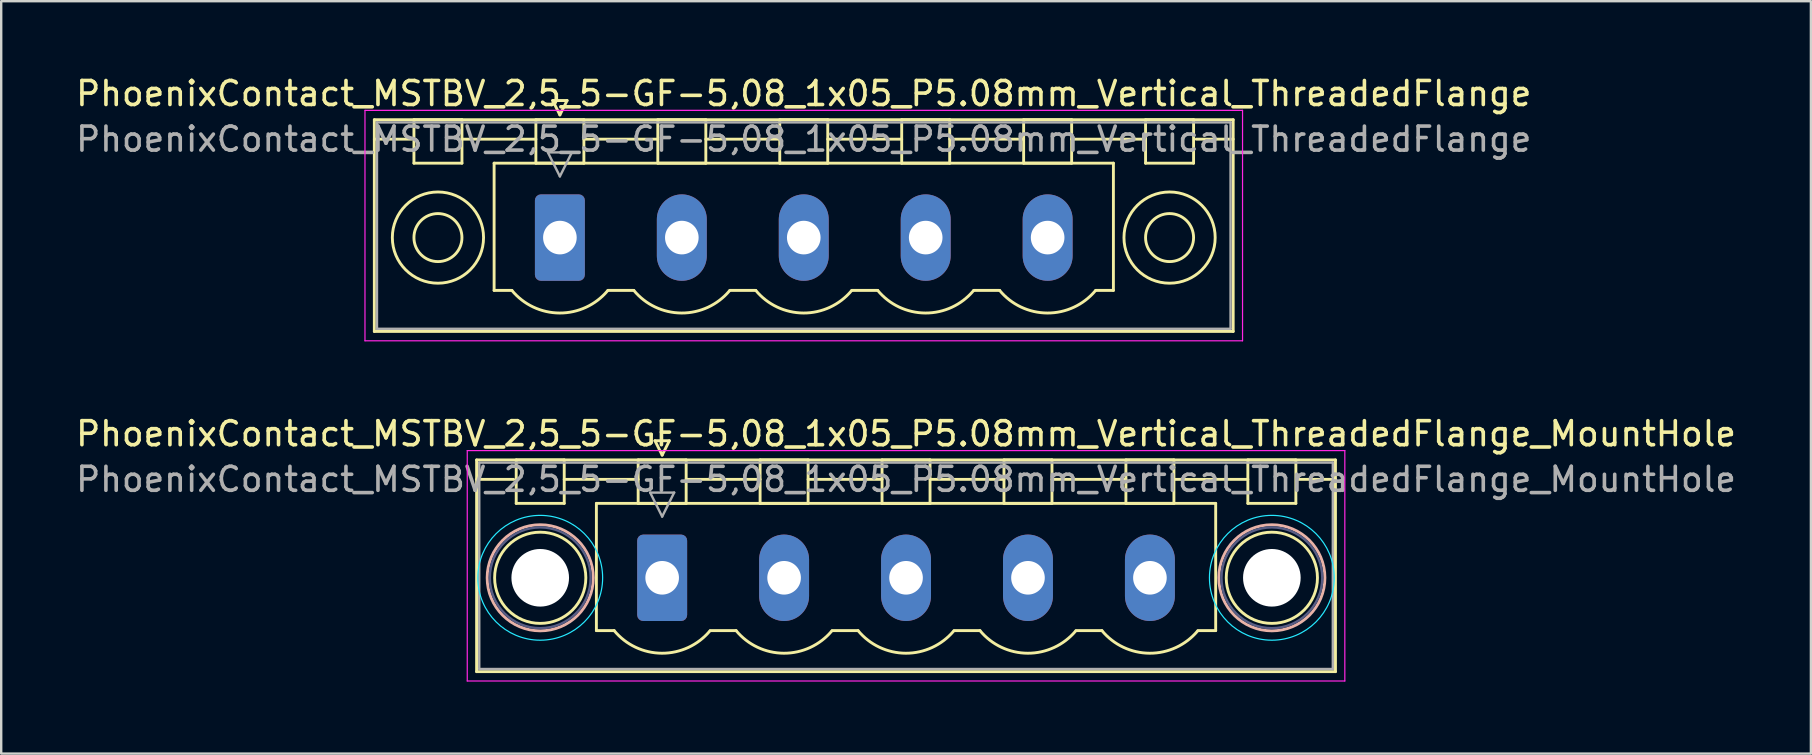
<source format=kicad_pcb>
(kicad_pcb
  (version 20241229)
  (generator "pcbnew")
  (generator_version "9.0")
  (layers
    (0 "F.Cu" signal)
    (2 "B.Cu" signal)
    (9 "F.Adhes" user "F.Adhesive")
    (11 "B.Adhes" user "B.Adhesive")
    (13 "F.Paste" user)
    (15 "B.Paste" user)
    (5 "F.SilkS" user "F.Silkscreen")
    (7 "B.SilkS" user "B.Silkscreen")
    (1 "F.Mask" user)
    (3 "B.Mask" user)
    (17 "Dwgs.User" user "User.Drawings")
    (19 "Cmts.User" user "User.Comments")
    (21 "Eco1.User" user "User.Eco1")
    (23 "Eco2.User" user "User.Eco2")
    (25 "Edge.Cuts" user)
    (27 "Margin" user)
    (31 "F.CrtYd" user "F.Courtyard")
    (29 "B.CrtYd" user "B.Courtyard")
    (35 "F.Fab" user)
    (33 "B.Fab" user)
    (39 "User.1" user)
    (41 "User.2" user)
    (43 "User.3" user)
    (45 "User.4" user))
  (footprint "PhoenixContact_MSTBV_2,5_5-GF-5,08_1x05_P5.08mm_Vertical_ThreadedFlange_MountHole"
    (layer "F.Cu")
    (at 24.536 21.021)
    (property "Reference" "PhoenixContact_MSTBV_2,5_5-GF-5,08_1x05_P5.08mm_Vertical_ThreadedFlange_MountHole" (at 10.16 -6 0) (layer "F.SilkS") (effects (font (size 1 1) (thickness 0.15))))
    (attr through_hole)
    (fp_line (start -7.73 -4.91) (end -7.73 3.91) (stroke (width 0.12) (type solid)) (layer "F.SilkS"))
    (fp_line (start -7.73 -4.1) (end -6.19 -4.1) (stroke (width 0.12) (type solid)) (layer "F.SilkS"))
    (fp_line (start -7.73 3.91) (end 28.05 3.91) (stroke (width 0.12) (type solid)) (layer "F.SilkS"))
    (fp_line (start -6.08 -4.91) (end -4.08 -4.91) (stroke (width 0.12) (type solid)) (layer "F.SilkS"))
    (fp_line (start -6.08 -3.1) (end -6.08 -4.91) (stroke (width 0.12) (type solid)) (layer "F.SilkS"))
    (fp_line (start -4.08 -4.91) (end -4.08 -3.1) (stroke (width 0.12) (type solid)) (layer "F.SilkS"))
    (fp_line (start -4.08 -4.1) (end -1 -4.1) (stroke (width 0.12) (type solid)) (layer "F.SilkS"))
    (fp_line (start -4.08 -3.1) (end -6.08 -3.1) (stroke (width 0.12) (type solid)) (layer "F.SilkS"))
    (fp_line (start -2.74 -3.1) (end 23.06 -3.1) (stroke (width 0.12) (type solid)) (layer "F.SilkS"))
    (fp_line (start -2.74 2.2) (end -2.74 -3.1) (stroke (width 0.12) (type solid)) (layer "F.SilkS"))
    (fp_line (start -2 2.2) (end -2.74 2.2) (stroke (width 0.12) (type solid)) (layer "F.SilkS"))
    (fp_line (start -1 -4.91) (end 1 -4.91) (stroke (width 0.12) (type solid)) (layer "F.SilkS"))
    (fp_line (start -1 -3.1) (end -1 -4.91) (stroke (width 0.12) (type solid)) (layer "F.SilkS"))
    (fp_line (start -0.3 -5.71) (end 0.3 -5.71) (stroke (width 0.12) (type solid)) (layer "F.SilkS"))
    (fp_line (start 0 -5.11) (end -0.3 -5.71) (stroke (width 0.12) (type solid)) (layer "F.SilkS"))
    (fp_line (start 0.3 -5.71) (end 0 -5.11) (stroke (width 0.12) (type solid)) (layer "F.SilkS"))
    (fp_line (start 1 -4.91) (end 1 -3.1) (stroke (width 0.12) (type solid)) (layer "F.SilkS"))
    (fp_line (start 1 -4.1) (end 4.08 -4.1) (stroke (width 0.12) (type solid)) (layer "F.SilkS"))
    (fp_line (start 1 -3.1) (end -1 -3.1) (stroke (width 0.12) (type solid)) (layer "F.SilkS"))
    (fp_line (start 2 2.2) (end 3.08 2.2) (stroke (width 0.12) (type solid)) (layer "F.SilkS"))
    (fp_line (start 4.08 -4.91) (end 6.08 -4.91) (stroke (width 0.12) (type solid)) (layer "F.SilkS"))
    (fp_line (start 4.08 -3.1) (end 4.08 -4.91) (stroke (width 0.12) (type solid)) (layer "F.SilkS"))
    (fp_line (start 6.08 -4.91) (end 6.08 -3.1) (stroke (width 0.12) (type solid)) (layer "F.SilkS"))
    (fp_line (start 6.08 -4.1) (end 9.16 -4.1) (stroke (width 0.12) (type solid)) (layer "F.SilkS"))
    (fp_line (start 6.08 -3.1) (end 4.08 -3.1) (stroke (width 0.12) (type solid)) (layer "F.SilkS"))
    (fp_line (start 7.08 2.2) (end 8.16 2.2) (stroke (width 0.12) (type solid)) (layer "F.SilkS"))
    (fp_line (start 9.16 -4.91) (end 11.16 -4.91) (stroke (width 0.12) (type solid)) (layer "F.SilkS"))
    (fp_line (start 9.16 -3.1) (end 9.16 -4.91) (stroke (width 0.12) (type solid)) (layer "F.SilkS"))
    (fp_line (start 11.16 -4.91) (end 11.16 -3.1) (stroke (width 0.12) (type solid)) (layer "F.SilkS"))
    (fp_line (start 11.16 -4.1) (end 14.24 -4.1) (stroke (width 0.12) (type solid)) (layer "F.SilkS"))
    (fp_line (start 11.16 -3.1) (end 9.16 -3.1) (stroke (width 0.12) (type solid)) (layer "F.SilkS"))
    (fp_line (start 12.16 2.2) (end 13.24 2.2) (stroke (width 0.12) (type solid)) (layer "F.SilkS"))
    (fp_line (start 14.24 -4.91) (end 16.24 -4.91) (stroke (width 0.12) (type solid)) (layer "F.SilkS"))
    (fp_line (start 14.24 -3.1) (end 14.24 -4.91) (stroke (width 0.12) (type solid)) (layer "F.SilkS"))
    (fp_line (start 16.24 -4.91) (end 16.24 -3.1) (stroke (width 0.12) (type solid)) (layer "F.SilkS"))
    (fp_line (start 16.24 -4.1) (end 19.32 -4.1) (stroke (width 0.12) (type solid)) (layer "F.SilkS"))
    (fp_line (start 16.24 -3.1) (end 14.24 -3.1) (stroke (width 0.12) (type solid)) (layer "F.SilkS"))
    (fp_line (start 17.24 2.2) (end 18.32 2.2) (stroke (width 0.12) (type solid)) (layer "F.SilkS"))
    (fp_line (start 19.32 -4.91) (end 21.32 -4.91) (stroke (width 0.12) (type solid)) (layer "F.SilkS"))
    (fp_line (start 19.32 -3.1) (end 19.32 -4.91) (stroke (width 0.12) (type solid)) (layer "F.SilkS"))
    (fp_line (start 21.32 -4.91) (end 21.32 -3.1) (stroke (width 0.12) (type solid)) (layer "F.SilkS"))
    (fp_line (start 21.32 -4.1) (end 24.4 -4.1) (stroke (width 0.12) (type solid)) (layer "F.SilkS"))
    (fp_line (start 21.32 -3.1) (end 19.32 -3.1) (stroke (width 0.12) (type solid)) (layer "F.SilkS"))
    (fp_line (start 23.06 -3.1) (end 23.06 2.2) (stroke (width 0.12) (type solid)) (layer "F.SilkS"))
    (fp_line (start 23.06 2.2) (end 22.32 2.2) (stroke (width 0.12) (type solid)) (layer "F.SilkS"))
    (fp_line (start 24.4 -4.91) (end 26.4 -4.91) (stroke (width 0.12) (type solid)) (layer "F.SilkS"))
    (fp_line (start 24.4 -3.1) (end 24.4 -4.91) (stroke (width 0.12) (type solid)) (layer "F.SilkS"))
    (fp_line (start 26.4 -4.91) (end 26.4 -3.1) (stroke (width 0.12) (type solid)) (layer "F.SilkS"))
    (fp_line (start 26.4 -3.1) (end 24.4 -3.1) (stroke (width 0.12) (type solid)) (layer "F.SilkS"))
    (fp_line (start 28.05 -4.91) (end -7.73 -4.91) (stroke (width 0.12) (type solid)) (layer "F.SilkS"))
    (fp_line (start 28.05 -4.1) (end 26.51 -4.1) (stroke (width 0.12) (type solid)) (layer "F.SilkS"))
    (fp_line (start 28.05 3.91) (end 28.05 -4.91) (stroke (width 0.12) (type solid)) (layer "F.SilkS"))
    (fp_arc (start 1.986842 2.215821) (mid -0.010289 3.142758) (end -2 2.2) (stroke (width 0.12) (type solid)) (layer "F.SilkS"))
    (fp_arc (start 7.066842 2.215821) (mid 5.069711 3.142758) (end 3.08 2.2) (stroke (width 0.12) (type solid)) (layer "F.SilkS"))
    (fp_arc (start 12.146842 2.215821) (mid 10.149711 3.142758) (end 8.16 2.2) (stroke (width 0.12) (type solid)) (layer "F.SilkS"))
    (fp_arc (start 17.226842 2.215821) (mid 15.229711 3.142758) (end 13.24 2.2) (stroke (width 0.12) (type solid)) (layer "F.SilkS"))
    (fp_arc (start 22.306842 2.215821) (mid 20.309711 3.142758) (end 18.32 2.2) (stroke (width 0.12) (type solid)) (layer "F.SilkS"))
    (fp_circle (center -5.08 0) (end -3.18 0) (stroke (width 0.12) (type solid)) (fill no) (layer "F.SilkS"))
    (fp_circle (center 25.4 0) (end 27.3 0) (stroke (width 0.12) (type solid)) (fill no) (layer "F.SilkS"))
    (fp_circle (center -5.08 0) (end -2.87 0) (stroke (width 0.12) (type solid)) (fill no) (layer "B.SilkS"))
    (fp_circle (center 25.4 0) (end 27.61 0) (stroke (width 0.12) (type solid)) (fill no) (layer "B.SilkS"))
    (fp_circle (center -5.08 0) (end -2.48 0) (stroke (width 0.05) (type solid)) (fill no) (layer "B.CrtYd"))
    (fp_circle (center 25.4 0) (end 28 0) (stroke (width 0.05) (type solid)) (fill no) (layer "B.CrtYd"))
    (fp_line (start -8.12 -5.3) (end -8.12 4.3) (stroke (width 0.05) (type solid)) (layer "F.CrtYd"))
    (fp_line (start -8.12 4.3) (end 28.44 4.3) (stroke (width 0.05) (type solid)) (layer "F.CrtYd"))
    (fp_line (start 28.44 -5.3) (end -8.12 -5.3) (stroke (width 0.05) (type solid)) (layer "F.CrtYd"))
    (fp_line (start 28.44 4.3) (end 28.44 -5.3) (stroke (width 0.05) (type solid)) (layer "F.CrtYd"))
    (fp_circle (center -5.08 0) (end -2.98 0) (stroke (width 0.1) (type solid)) (fill no) (layer "B.Fab"))
    (fp_circle (center 25.4 0) (end 27.5 0) (stroke (width 0.1) (type solid)) (fill no) (layer "B.Fab"))
    (fp_line (start -7.62 -4.8) (end -7.62 3.8) (stroke (width 0.1) (type solid)) (layer "F.Fab"))
    (fp_line (start -7.62 3.8) (end 27.94 3.8) (stroke (width 0.1) (type solid)) (layer "F.Fab"))
    (fp_line (start -0.5 -3.55) (end 0.5 -3.55) (stroke (width 0.1) (type solid)) (layer "F.Fab"))
    (fp_line (start 0 -2.55) (end -0.5 -3.55) (stroke (width 0.1) (type solid)) (layer "F.Fab"))
    (fp_line (start 0.5 -3.55) (end 0 -2.55) (stroke (width 0.1) (type solid)) (layer "F.Fab"))
    (fp_line (start 27.94 -4.8) (end -7.62 -4.8) (stroke (width 0.1) (type solid)) (layer "F.Fab"))
    (fp_line (start 27.94 3.8) (end 27.94 -4.8) (stroke (width 0.1) (type solid)) (layer "F.Fab"))
    (fp_text user "${REFERENCE}" (at 10.16 -4.1 0) (layer "F.Fab") (effects (font (size 1 1) (thickness 0.15))))
    (pad "" np_thru_hole circle (at -5.08 0) (size 2.4 2.4) (drill 2.4) (layers "*.Cu" "*.Mask"))
    (pad "" np_thru_hole circle (at 25.4 0) (size 2.4 2.4) (drill 2.4) (layers "*.Cu" "*.Mask"))
    (pad "1" thru_hole roundrect (at 0 0) (size 2.08 3.6) (drill 1.4) (layers "*.Cu" "*.Mask") (roundrect_rratio 0.12))
    (pad "2" thru_hole oval (at 5.08 0) (size 2.08 3.6) (drill 1.4) (layers "*.Cu" "*.Mask"))
    (pad "3" thru_hole oval (at 10.16 0) (size 2.08 3.6) (drill 1.4) (layers "*.Cu" "*.Mask"))
    (pad "4" thru_hole oval (at 15.24 0) (size 2.08 3.6) (drill 1.4) (layers "*.Cu" "*.Mask"))
    (pad "5" thru_hole oval (at 20.32 0) (size 2.08 3.6) (drill 1.4) (layers "*.Cu" "*.Mask")))
  (footprint "PhoenixContact_MSTBV_2,5_5-GF-5,08_1x05_P5.08mm_Vertical_ThreadedFlange"
    (layer "F.Cu")
    (at 20.275 6.848)
    (property "Reference" "PhoenixContact_MSTBV_2,5_5-GF-5,08_1x05_P5.08mm_Vertical_ThreadedFlange" (at 10.16 -6 0) (layer "F.SilkS") (effects (font (size 1 1) (thickness 0.15))))
    (attr through_hole)
    (fp_line (start -7.73 -4.91) (end -7.73 3.91) (stroke (width 0.12) (type solid)) (layer "F.SilkS"))
    (fp_line (start -7.73 -4.1) (end -6.19 -4.1) (stroke (width 0.12) (type solid)) (layer "F.SilkS"))
    (fp_line (start -7.73 3.91) (end 28.05 3.91) (stroke (width 0.12) (type solid)) (layer "F.SilkS"))
    (fp_line (start -6.08 -4.91) (end -4.08 -4.91) (stroke (width 0.12) (type solid)) (layer "F.SilkS"))
    (fp_line (start -6.08 -3.1) (end -6.08 -4.91) (stroke (width 0.12) (type solid)) (layer "F.SilkS"))
    (fp_line (start -4.08 -4.91) (end -4.08 -3.1) (stroke (width 0.12) (type solid)) (layer "F.SilkS"))
    (fp_line (start -4.08 -4.1) (end -1 -4.1) (stroke (width 0.12) (type solid)) (layer "F.SilkS"))
    (fp_line (start -4.08 -3.1) (end -6.08 -3.1) (stroke (width 0.12) (type solid)) (layer "F.SilkS"))
    (fp_line (start -2.74 -3.1) (end 23.06 -3.1) (stroke (width 0.12) (type solid)) (layer "F.SilkS"))
    (fp_line (start -2.74 2.2) (end -2.74 -3.1) (stroke (width 0.12) (type solid)) (layer "F.SilkS"))
    (fp_line (start -2 2.2) (end -2.74 2.2) (stroke (width 0.12) (type solid)) (layer "F.SilkS"))
    (fp_line (start -1 -4.91) (end 1 -4.91) (stroke (width 0.12) (type solid)) (layer "F.SilkS"))
    (fp_line (start -1 -3.1) (end -1 -4.91) (stroke (width 0.12) (type solid)) (layer "F.SilkS"))
    (fp_line (start -0.3 -5.71) (end 0.3 -5.71) (stroke (width 0.12) (type solid)) (layer "F.SilkS"))
    (fp_line (start 0 -5.11) (end -0.3 -5.71) (stroke (width 0.12) (type solid)) (layer "F.SilkS"))
    (fp_line (start 0.3 -5.71) (end 0 -5.11) (stroke (width 0.12) (type solid)) (layer "F.SilkS"))
    (fp_line (start 1 -4.91) (end 1 -3.1) (stroke (width 0.12) (type solid)) (layer "F.SilkS"))
    (fp_line (start 1 -4.1) (end 4.08 -4.1) (stroke (width 0.12) (type solid)) (layer "F.SilkS"))
    (fp_line (start 1 -3.1) (end -1 -3.1) (stroke (width 0.12) (type solid)) (layer "F.SilkS"))
    (fp_line (start 2 2.2) (end 3.08 2.2) (stroke (width 0.12) (type solid)) (layer "F.SilkS"))
    (fp_line (start 4.08 -4.91) (end 6.08 -4.91) (stroke (width 0.12) (type solid)) (layer "F.SilkS"))
    (fp_line (start 4.08 -3.1) (end 4.08 -4.91) (stroke (width 0.12) (type solid)) (layer "F.SilkS"))
    (fp_line (start 6.08 -4.91) (end 6.08 -3.1) (stroke (width 0.12) (type solid)) (layer "F.SilkS"))
    (fp_line (start 6.08 -4.1) (end 9.16 -4.1) (stroke (width 0.12) (type solid)) (layer "F.SilkS"))
    (fp_line (start 6.08 -3.1) (end 4.08 -3.1) (stroke (width 0.12) (type solid)) (layer "F.SilkS"))
    (fp_line (start 7.08 2.2) (end 8.16 2.2) (stroke (width 0.12) (type solid)) (layer "F.SilkS"))
    (fp_line (start 9.16 -4.91) (end 11.16 -4.91) (stroke (width 0.12) (type solid)) (layer "F.SilkS"))
    (fp_line (start 9.16 -3.1) (end 9.16 -4.91) (stroke (width 0.12) (type solid)) (layer "F.SilkS"))
    (fp_line (start 11.16 -4.91) (end 11.16 -3.1) (stroke (width 0.12) (type solid)) (layer "F.SilkS"))
    (fp_line (start 11.16 -4.1) (end 14.24 -4.1) (stroke (width 0.12) (type solid)) (layer "F.SilkS"))
    (fp_line (start 11.16 -3.1) (end 9.16 -3.1) (stroke (width 0.12) (type solid)) (layer "F.SilkS"))
    (fp_line (start 12.16 2.2) (end 13.24 2.2) (stroke (width 0.12) (type solid)) (layer "F.SilkS"))
    (fp_line (start 14.24 -4.91) (end 16.24 -4.91) (stroke (width 0.12) (type solid)) (layer "F.SilkS"))
    (fp_line (start 14.24 -3.1) (end 14.24 -4.91) (stroke (width 0.12) (type solid)) (layer "F.SilkS"))
    (fp_line (start 16.24 -4.91) (end 16.24 -3.1) (stroke (width 0.12) (type solid)) (layer "F.SilkS"))
    (fp_line (start 16.24 -4.1) (end 19.32 -4.1) (stroke (width 0.12) (type solid)) (layer "F.SilkS"))
    (fp_line (start 16.24 -3.1) (end 14.24 -3.1) (stroke (width 0.12) (type solid)) (layer "F.SilkS"))
    (fp_line (start 17.24 2.2) (end 18.32 2.2) (stroke (width 0.12) (type solid)) (layer "F.SilkS"))
    (fp_line (start 19.32 -4.91) (end 21.32 -4.91) (stroke (width 0.12) (type solid)) (layer "F.SilkS"))
    (fp_line (start 19.32 -3.1) (end 19.32 -4.91) (stroke (width 0.12) (type solid)) (layer "F.SilkS"))
    (fp_line (start 21.32 -4.91) (end 21.32 -3.1) (stroke (width 0.12) (type solid)) (layer "F.SilkS"))
    (fp_line (start 21.32 -4.1) (end 24.4 -4.1) (stroke (width 0.12) (type solid)) (layer "F.SilkS"))
    (fp_line (start 21.32 -3.1) (end 19.32 -3.1) (stroke (width 0.12) (type solid)) (layer "F.SilkS"))
    (fp_line (start 23.06 -3.1) (end 23.06 2.2) (stroke (width 0.12) (type solid)) (layer "F.SilkS"))
    (fp_line (start 23.06 2.2) (end 22.32 2.2) (stroke (width 0.12) (type solid)) (layer "F.SilkS"))
    (fp_line (start 24.4 -4.91) (end 26.4 -4.91) (stroke (width 0.12) (type solid)) (layer "F.SilkS"))
    (fp_line (start 24.4 -3.1) (end 24.4 -4.91) (stroke (width 0.12) (type solid)) (layer "F.SilkS"))
    (fp_line (start 26.4 -4.91) (end 26.4 -3.1) (stroke (width 0.12) (type solid)) (layer "F.SilkS"))
    (fp_line (start 26.4 -3.1) (end 24.4 -3.1) (stroke (width 0.12) (type solid)) (layer "F.SilkS"))
    (fp_line (start 28.05 -4.91) (end -7.73 -4.91) (stroke (width 0.12) (type solid)) (layer "F.SilkS"))
    (fp_line (start 28.05 -4.1) (end 26.51 -4.1) (stroke (width 0.12) (type solid)) (layer "F.SilkS"))
    (fp_line (start 28.05 3.91) (end 28.05 -4.91) (stroke (width 0.12) (type solid)) (layer "F.SilkS"))
    (fp_arc (start 1.986842 2.215821) (mid -0.010289 3.142758) (end -2 2.2) (stroke (width 0.12) (type solid)) (layer "F.SilkS"))
    (fp_arc (start 7.066842 2.215821) (mid 5.069711 3.142758) (end 3.08 2.2) (stroke (width 0.12) (type solid)) (layer "F.SilkS"))
    (fp_arc (start 12.146842 2.215821) (mid 10.149711 3.142758) (end 8.16 2.2) (stroke (width 0.12) (type solid)) (layer "F.SilkS"))
    (fp_arc (start 17.226842 2.215821) (mid 15.229711 3.142758) (end 13.24 2.2) (stroke (width 0.12) (type solid)) (layer "F.SilkS"))
    (fp_arc (start 22.306842 2.215821) (mid 20.309711 3.142758) (end 18.32 2.2) (stroke (width 0.12) (type solid)) (layer "F.SilkS"))
    (fp_circle (center -5.08 0) (end -4.08 0) (stroke (width 0.12) (type solid)) (fill no) (layer "F.SilkS"))
    (fp_circle (center -5.08 0) (end -3.18 0) (stroke (width 0.12) (type solid)) (fill no) (layer "F.SilkS"))
    (fp_circle (center 25.4 0) (end 26.4 0) (stroke (width 0.12) (type solid)) (fill no) (layer "F.SilkS"))
    (fp_circle (center 25.4 0) (end 27.3 0) (stroke (width 0.12) (type solid)) (fill no) (layer "F.SilkS"))
    (fp_line (start -8.12 -5.3) (end -8.12 4.3) (stroke (width 0.05) (type solid)) (layer "F.CrtYd"))
    (fp_line (start -8.12 4.3) (end 28.44 4.3) (stroke (width 0.05) (type solid)) (layer "F.CrtYd"))
    (fp_line (start 28.44 -5.3) (end -8.12 -5.3) (stroke (width 0.05) (type solid)) (layer "F.CrtYd"))
    (fp_line (start 28.44 4.3) (end 28.44 -5.3) (stroke (width 0.05) (type solid)) (layer "F.CrtYd"))
    (fp_line (start -7.62 -4.8) (end -7.62 3.8) (stroke (width 0.1) (type solid)) (layer "F.Fab"))
    (fp_line (start -7.62 3.8) (end 27.94 3.8) (stroke (width 0.1) (type solid)) (layer "F.Fab"))
    (fp_line (start -0.5 -3.55) (end 0.5 -3.55) (stroke (width 0.1) (type solid)) (layer "F.Fab"))
    (fp_line (start 0 -2.55) (end -0.5 -3.55) (stroke (width 0.1) (type solid)) (layer "F.Fab"))
    (fp_line (start 0.5 -3.55) (end 0 -2.55) (stroke (width 0.1) (type solid)) (layer "F.Fab"))
    (fp_line (start 27.94 -4.8) (end -7.62 -4.8) (stroke (width 0.1) (type solid)) (layer "F.Fab"))
    (fp_line (start 27.94 3.8) (end 27.94 -4.8) (stroke (width 0.1) (type solid)) (layer "F.Fab"))
    (fp_text user "${REFERENCE}" (at 10.16 -4.1 0) (layer "F.Fab") (effects (font (size 1 1) (thickness 0.15))))
    (pad "1" thru_hole roundrect (at 0 0) (size 2.08 3.6) (drill 1.4) (layers "*.Cu" "*.Mask") (roundrect_rratio 0.12))
    (pad "2" thru_hole oval (at 5.08 0) (size 2.08 3.6) (drill 1.4) (layers "*.Cu" "*.Mask"))
    (pad "3" thru_hole oval (at 10.16 0) (size 2.08 3.6) (drill 1.4) (layers "*.Cu" "*.Mask"))
    (pad "4" thru_hole oval (at 15.24 0) (size 2.08 3.6) (drill 1.4) (layers "*.Cu" "*.Mask"))
    (pad "5" thru_hole oval (at 20.32 0) (size 2.08 3.6) (drill 1.4) (layers "*.Cu" "*.Mask")))
  (gr_rect
    (start -3 -3)
    (end 72.393 28.346)
    (stroke (width 0.1) (type default))
    (fill no)
    (layer "Edge.Cuts")))
</source>
